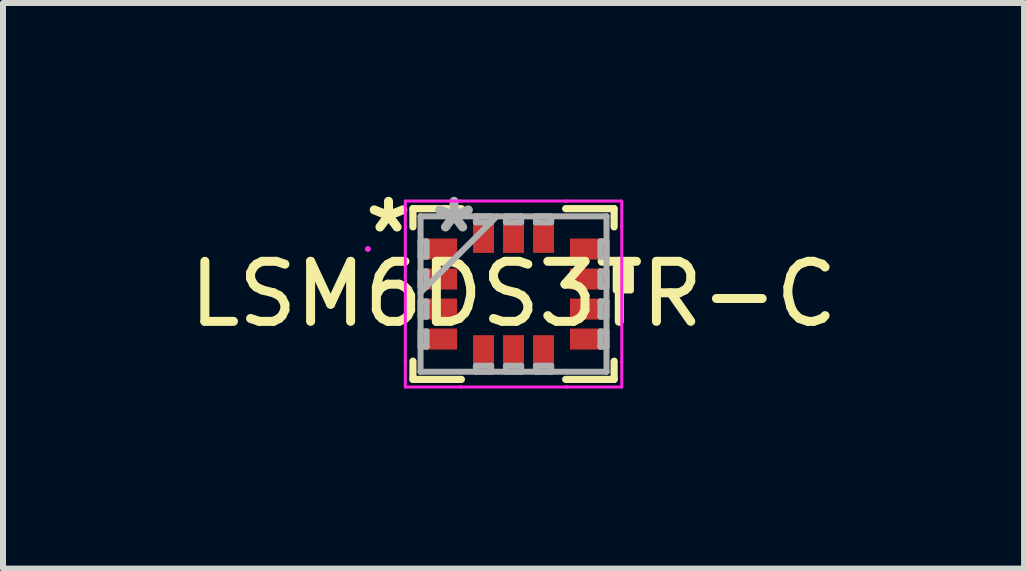
<source format=kicad_pcb>
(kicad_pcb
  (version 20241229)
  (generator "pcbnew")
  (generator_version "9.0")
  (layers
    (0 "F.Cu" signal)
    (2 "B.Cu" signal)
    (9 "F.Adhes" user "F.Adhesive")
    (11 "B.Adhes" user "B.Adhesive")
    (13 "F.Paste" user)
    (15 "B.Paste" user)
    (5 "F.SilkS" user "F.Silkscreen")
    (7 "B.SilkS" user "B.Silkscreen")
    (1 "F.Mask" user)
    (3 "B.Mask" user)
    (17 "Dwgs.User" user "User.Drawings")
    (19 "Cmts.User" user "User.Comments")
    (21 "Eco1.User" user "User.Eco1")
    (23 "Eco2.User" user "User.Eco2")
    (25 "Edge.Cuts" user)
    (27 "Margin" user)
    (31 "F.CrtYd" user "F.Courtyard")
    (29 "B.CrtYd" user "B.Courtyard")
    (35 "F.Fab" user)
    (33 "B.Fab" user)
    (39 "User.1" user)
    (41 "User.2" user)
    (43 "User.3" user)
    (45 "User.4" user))
  (footprint "LSM6DS3TR-C"
    (layer "F.Cu")
    (at 5.506 1.849)
    (property "Reference" "LSM6DS3TR-C" (at 0 0 0) (layer "F.SilkS") (effects (font (size 1 1) (thickness 0.15))))
    (attr smd)
    (fp_line (start -1.676 -1.422) (end -1.676 -1.119) (stroke (width 0.12) (type solid)) (layer "F.SilkS"))
    (fp_line (start -1.676 1.119) (end -1.676 1.422) (stroke (width 0.12) (type solid)) (layer "F.SilkS"))
    (fp_line (start -1.676 1.422) (end -0.869 1.422) (stroke (width 0.12) (type solid)) (layer "F.SilkS"))
    (fp_line (start -0.869 -1.422) (end -1.676 -1.422) (stroke (width 0.12) (type solid)) (layer "F.SilkS"))
    (fp_line (start 0.869 1.422) (end 1.676 1.422) (stroke (width 0.12) (type solid)) (layer "F.SilkS"))
    (fp_line (start 1.676 -1.422) (end 0.869 -1.422) (stroke (width 0.12) (type solid)) (layer "F.SilkS"))
    (fp_line (start 1.676 -1.119) (end 1.676 -1.422) (stroke (width 0.12) (type solid)) (layer "F.SilkS"))
    (fp_line (start 1.676 1.422) (end 1.676 1.119) (stroke (width 0.12) (type solid)) (layer "F.SilkS"))
    (fp_poly (pts (xy 1.956 -0.441) (xy 1.956 -0.06) (xy 1.702 -0.06) (xy 1.702 -0.441)) (stroke (width 0.1) (type solid)) (fill yes) (layer "F.SilkS"))
    (fp_line (start -1.803 -1.549) (end -0.881 -1.549) (stroke (width 0.05) (type solid)) (layer "F.CrtYd"))
    (fp_line (start -1.803 -1.131) (end -1.803 -1.549) (stroke (width 0.05) (type solid)) (layer "F.CrtYd"))
    (fp_line (start -1.803 -1.131) (end -1.803 -1.131) (stroke (width 0.05) (type solid)) (layer "F.CrtYd"))
    (fp_line (start -1.803 1.131) (end -1.803 -1.131) (stroke (width 0.05) (type solid)) (layer "F.CrtYd"))
    (fp_line (start -1.803 1.131) (end -1.803 1.131) (stroke (width 0.05) (type solid)) (layer "F.CrtYd"))
    (fp_line (start -1.803 1.549) (end -1.803 1.131) (stroke (width 0.05) (type solid)) (layer "F.CrtYd"))
    (fp_line (start -0.881 -1.549) (end -0.881 -1.549) (stroke (width 0.05) (type solid)) (layer "F.CrtYd"))
    (fp_line (start -0.881 -1.549) (end 0.881 -1.549) (stroke (width 0.05) (type solid)) (layer "F.CrtYd"))
    (fp_line (start -0.881 1.549) (end -1.803 1.549) (stroke (width 0.05) (type solid)) (layer "F.CrtYd"))
    (fp_line (start -0.881 1.549) (end -0.881 1.549) (stroke (width 0.05) (type solid)) (layer "F.CrtYd"))
    (fp_line (start 0.881 -1.549) (end 0.881 -1.549) (stroke (width 0.05) (type solid)) (layer "F.CrtYd"))
    (fp_line (start 0.881 -1.549) (end 1.803 -1.549) (stroke (width 0.05) (type solid)) (layer "F.CrtYd"))
    (fp_line (start 0.881 1.549) (end -0.881 1.549) (stroke (width 0.05) (type solid)) (layer "F.CrtYd"))
    (fp_line (start 0.881 1.549) (end 0.881 1.549) (stroke (width 0.05) (type solid)) (layer "F.CrtYd"))
    (fp_line (start 1.803 -1.549) (end 1.803 -1.131) (stroke (width 0.05) (type solid)) (layer "F.CrtYd"))
    (fp_line (start 1.803 -1.131) (end 1.803 -1.131) (stroke (width 0.05) (type solid)) (layer "F.CrtYd"))
    (fp_line (start 1.803 -1.131) (end 1.803 1.131) (stroke (width 0.05) (type solid)) (layer "F.CrtYd"))
    (fp_line (start 1.803 1.131) (end 1.803 1.131) (stroke (width 0.05) (type solid)) (layer "F.CrtYd"))
    (fp_line (start 1.803 1.131) (end 1.803 1.549) (stroke (width 0.05) (type solid)) (layer "F.CrtYd"))
    (fp_line (start 1.803 1.549) (end 0.881 1.549) (stroke (width 0.05) (type solid)) (layer "F.CrtYd"))
    (fp_circle (center -2.426 -0.75) (end -2.426 -0.75) (stroke (width 0.05) (type solid)) (fill no) (layer "F.CrtYd"))
    (fp_line (start -1.549 -1.295) (end -1.549 -1.295) (stroke (width 0.1) (type solid)) (layer "F.Fab"))
    (fp_line (start -1.549 -1.295) (end -1.549 1.295) (stroke (width 0.1) (type solid)) (layer "F.Fab"))
    (fp_line (start -1.549 -0.877) (end -1.448 -0.877) (stroke (width 0.1) (type solid)) (layer "F.Fab"))
    (fp_line (start -1.549 -0.623) (end -1.549 -0.877) (stroke (width 0.1) (type solid)) (layer "F.Fab"))
    (fp_line (start -1.549 -0.377) (end -1.448 -0.377) (stroke (width 0.1) (type solid)) (layer "F.Fab"))
    (fp_line (start -1.549 -0.123) (end -1.549 -0.377) (stroke (width 0.1) (type solid)) (layer "F.Fab"))
    (fp_line (start -1.549 -0.025) (end -0.279 -1.295) (stroke (width 0.1) (type solid)) (layer "F.Fab"))
    (fp_line (start -1.549 0.123) (end -1.448 0.123) (stroke (width 0.1) (type solid)) (layer "F.Fab"))
    (fp_line (start -1.549 0.377) (end -1.549 0.123) (stroke (width 0.1) (type solid)) (layer "F.Fab"))
    (fp_line (start -1.549 0.623) (end -1.448 0.623) (stroke (width 0.1) (type solid)) (layer "F.Fab"))
    (fp_line (start -1.549 0.877) (end -1.549 0.623) (stroke (width 0.1) (type solid)) (layer "F.Fab"))
    (fp_line (start -1.549 1.295) (end -1.549 1.295) (stroke (width 0.1) (type solid)) (layer "F.Fab"))
    (fp_line (start -1.549 1.295) (end 1.549 1.295) (stroke (width 0.1) (type solid)) (layer "F.Fab"))
    (fp_line (start -1.448 -0.877) (end -1.448 -0.623) (stroke (width 0.1) (type solid)) (layer "F.Fab"))
    (fp_line (start -1.448 -0.623) (end -1.549 -0.623) (stroke (width 0.1) (type solid)) (layer "F.Fab"))
    (fp_line (start -1.448 -0.377) (end -1.448 -0.123) (stroke (width 0.1) (type solid)) (layer "F.Fab"))
    (fp_line (start -1.448 -0.123) (end -1.549 -0.123) (stroke (width 0.1) (type solid)) (layer "F.Fab"))
    (fp_line (start -1.448 0.123) (end -1.448 0.377) (stroke (width 0.1) (type solid)) (layer "F.Fab"))
    (fp_line (start -1.448 0.377) (end -1.549 0.377) (stroke (width 0.1) (type solid)) (layer "F.Fab"))
    (fp_line (start -1.448 0.623) (end -1.448 0.877) (stroke (width 0.1) (type solid)) (layer "F.Fab"))
    (fp_line (start -1.448 0.877) (end -1.549 0.877) (stroke (width 0.1) (type solid)) (layer "F.Fab"))
    (fp_line (start -0.627 -1.295) (end -0.373 -1.295) (stroke (width 0.1) (type solid)) (layer "F.Fab"))
    (fp_line (start -0.627 -1.194) (end -0.627 -1.295) (stroke (width 0.1) (type solid)) (layer "F.Fab"))
    (fp_line (start -0.627 1.194) (end -0.373 1.194) (stroke (width 0.1) (type solid)) (layer "F.Fab"))
    (fp_line (start -0.627 1.295) (end -0.627 1.194) (stroke (width 0.1) (type solid)) (layer "F.Fab"))
    (fp_line (start -0.373 -1.295) (end -0.373 -1.194) (stroke (width 0.1) (type solid)) (layer "F.Fab"))
    (fp_line (start -0.373 -1.194) (end -0.627 -1.194) (stroke (width 0.1) (type solid)) (layer "F.Fab"))
    (fp_line (start -0.373 1.194) (end -0.373 1.295) (stroke (width 0.1) (type solid)) (layer "F.Fab"))
    (fp_line (start -0.373 1.295) (end -0.627 1.295) (stroke (width 0.1) (type solid)) (layer "F.Fab"))
    (fp_line (start -0.127 -1.295) (end 0.127 -1.295) (stroke (width 0.1) (type solid)) (layer "F.Fab"))
    (fp_line (start -0.127 -1.194) (end -0.127 -1.295) (stroke (width 0.1) (type solid)) (layer "F.Fab"))
    (fp_line (start -0.127 1.194) (end 0.127 1.194) (stroke (width 0.1) (type solid)) (layer "F.Fab"))
    (fp_line (start -0.127 1.295) (end -0.127 1.194) (stroke (width 0.1) (type solid)) (layer "F.Fab"))
    (fp_line (start 0.127 -1.295) (end 0.127 -1.194) (stroke (width 0.1) (type solid)) (layer "F.Fab"))
    (fp_line (start 0.127 -1.194) (end -0.127 -1.194) (stroke (width 0.1) (type solid)) (layer "F.Fab"))
    (fp_line (start 0.127 1.194) (end 0.127 1.295) (stroke (width 0.1) (type solid)) (layer "F.Fab"))
    (fp_line (start 0.127 1.295) (end -0.127 1.295) (stroke (width 0.1) (type solid)) (layer "F.Fab"))
    (fp_line (start 0.373 -1.295) (end 0.627 -1.295) (stroke (width 0.1) (type solid)) (layer "F.Fab"))
    (fp_line (start 0.373 -1.194) (end 0.373 -1.295) (stroke (width 0.1) (type solid)) (layer "F.Fab"))
    (fp_line (start 0.373 1.194) (end 0.627 1.194) (stroke (width 0.1) (type solid)) (layer "F.Fab"))
    (fp_line (start 0.373 1.295) (end 0.373 1.194) (stroke (width 0.1) (type solid)) (layer "F.Fab"))
    (fp_line (start 0.627 -1.295) (end 0.627 -1.194) (stroke (width 0.1) (type solid)) (layer "F.Fab"))
    (fp_line (start 0.627 -1.194) (end 0.373 -1.194) (stroke (width 0.1) (type solid)) (layer "F.Fab"))
    (fp_line (start 0.627 1.194) (end 0.627 1.295) (stroke (width 0.1) (type solid)) (layer "F.Fab"))
    (fp_line (start 0.627 1.295) (end 0.373 1.295) (stroke (width 0.1) (type solid)) (layer "F.Fab"))
    (fp_line (start 1.448 -0.877) (end 1.549 -0.877) (stroke (width 0.1) (type solid)) (layer "F.Fab"))
    (fp_line (start 1.448 -0.623) (end 1.448 -0.877) (stroke (width 0.1) (type solid)) (layer "F.Fab"))
    (fp_line (start 1.448 -0.377) (end 1.549 -0.377) (stroke (width 0.1) (type solid)) (layer "F.Fab"))
    (fp_line (start 1.448 -0.123) (end 1.448 -0.377) (stroke (width 0.1) (type solid)) (layer "F.Fab"))
    (fp_line (start 1.448 0.123) (end 1.549 0.123) (stroke (width 0.1) (type solid)) (layer "F.Fab"))
    (fp_line (start 1.448 0.377) (end 1.448 0.123) (stroke (width 0.1) (type solid)) (layer "F.Fab"))
    (fp_line (start 1.448 0.623) (end 1.549 0.623) (stroke (width 0.1) (type solid)) (layer "F.Fab"))
    (fp_line (start 1.448 0.877) (end 1.448 0.623) (stroke (width 0.1) (type solid)) (layer "F.Fab"))
    (fp_line (start 1.549 -1.295) (end -1.549 -1.295) (stroke (width 0.1) (type solid)) (layer "F.Fab"))
    (fp_line (start 1.549 -1.295) (end 1.549 -1.295) (stroke (width 0.1) (type solid)) (layer "F.Fab"))
    (fp_line (start 1.549 -0.877) (end 1.549 -0.623) (stroke (width 0.1) (type solid)) (layer "F.Fab"))
    (fp_line (start 1.549 -0.623) (end 1.448 -0.623) (stroke (width 0.1) (type solid)) (layer "F.Fab"))
    (fp_line (start 1.549 -0.377) (end 1.549 -0.123) (stroke (width 0.1) (type solid)) (layer "F.Fab"))
    (fp_line (start 1.549 -0.123) (end 1.448 -0.123) (stroke (width 0.1) (type solid)) (layer "F.Fab"))
    (fp_line (start 1.549 0.123) (end 1.549 0.377) (stroke (width 0.1) (type solid)) (layer "F.Fab"))
    (fp_line (start 1.549 0.377) (end 1.448 0.377) (stroke (width 0.1) (type solid)) (layer "F.Fab"))
    (fp_line (start 1.549 0.623) (end 1.549 0.877) (stroke (width 0.1) (type solid)) (layer "F.Fab"))
    (fp_line (start 1.549 0.877) (end 1.448 0.877) (stroke (width 0.1) (type solid)) (layer "F.Fab"))
    (fp_line (start 1.549 1.295) (end 1.549 -1.295) (stroke (width 0.1) (type solid)) (layer "F.Fab"))
    (fp_line (start 1.549 1.295) (end 1.549 1.295) (stroke (width 0.1) (type solid)) (layer "F.Fab"))
    (fp_text user "*" (at -2.083 -1 0) (layer "F.SilkS") (effects (font (size 1 1) (thickness 0.15))))
    (fp_text user "*" (at -0.991 -1 0) (layer "F.Fab") (effects (font (size 1 1) (thickness 0.15))))
    (pad "1" smd rect (at -1.219 -0.75 90) (size 0.35 0.559) (layers "F.Cu" "F.Mask" "F.Paste"))
    (pad "2" smd rect (at -1.219 -0.25 90) (size 0.35 0.559) (layers "F.Cu" "F.Mask" "F.Paste"))
    (pad "3" smd rect (at -1.219 0.25 90) (size 0.35 0.559) (layers "F.Cu" "F.Mask" "F.Paste"))
    (pad "4" smd rect (at -1.219 0.75 90) (size 0.35 0.559) (layers "F.Cu" "F.Mask" "F.Paste"))
    (pad "5" smd rect (at -0.5 0.965) (size 0.35 0.559) (layers "F.Cu" "F.Mask" "F.Paste"))
    (pad "6" smd rect (at 0 0.965) (size 0.35 0.559) (layers "F.Cu" "F.Mask" "F.Paste"))
    (pad "7" smd rect (at 0.5 0.965) (size 0.35 0.559) (layers "F.Cu" "F.Mask" "F.Paste"))
    (pad "8" smd rect (at 1.219 0.75 90) (size 0.35 0.559) (layers "F.Cu" "F.Mask" "F.Paste"))
    (pad "9" smd rect (at 1.219 0.25 90) (size 0.35 0.559) (layers "F.Cu" "F.Mask" "F.Paste"))
    (pad "10" smd rect (at 1.219 -0.25 90) (size 0.35 0.559) (layers "F.Cu" "F.Mask" "F.Paste"))
    (pad "11" smd rect (at 1.219 -0.75 90) (size 0.35 0.559) (layers "F.Cu" "F.Mask" "F.Paste"))
    (pad "12" smd rect (at 0.5 -0.965) (size 0.35 0.559) (layers "F.Cu" "F.Mask" "F.Paste"))
    (pad "13" smd rect (at 0 -0.965) (size 0.35 0.559) (layers "F.Cu" "F.Mask" "F.Paste"))
    (pad "14" smd rect (at -0.5 -0.965) (size 0.35 0.559) (layers "F.Cu" "F.Mask" "F.Paste")))
  (gr_rect
    (start -3 -3)
    (end 14.012 6.423)
    (stroke (width 0.1) (type default))
    (fill no)
    (layer "Edge.Cuts")))
</source>
